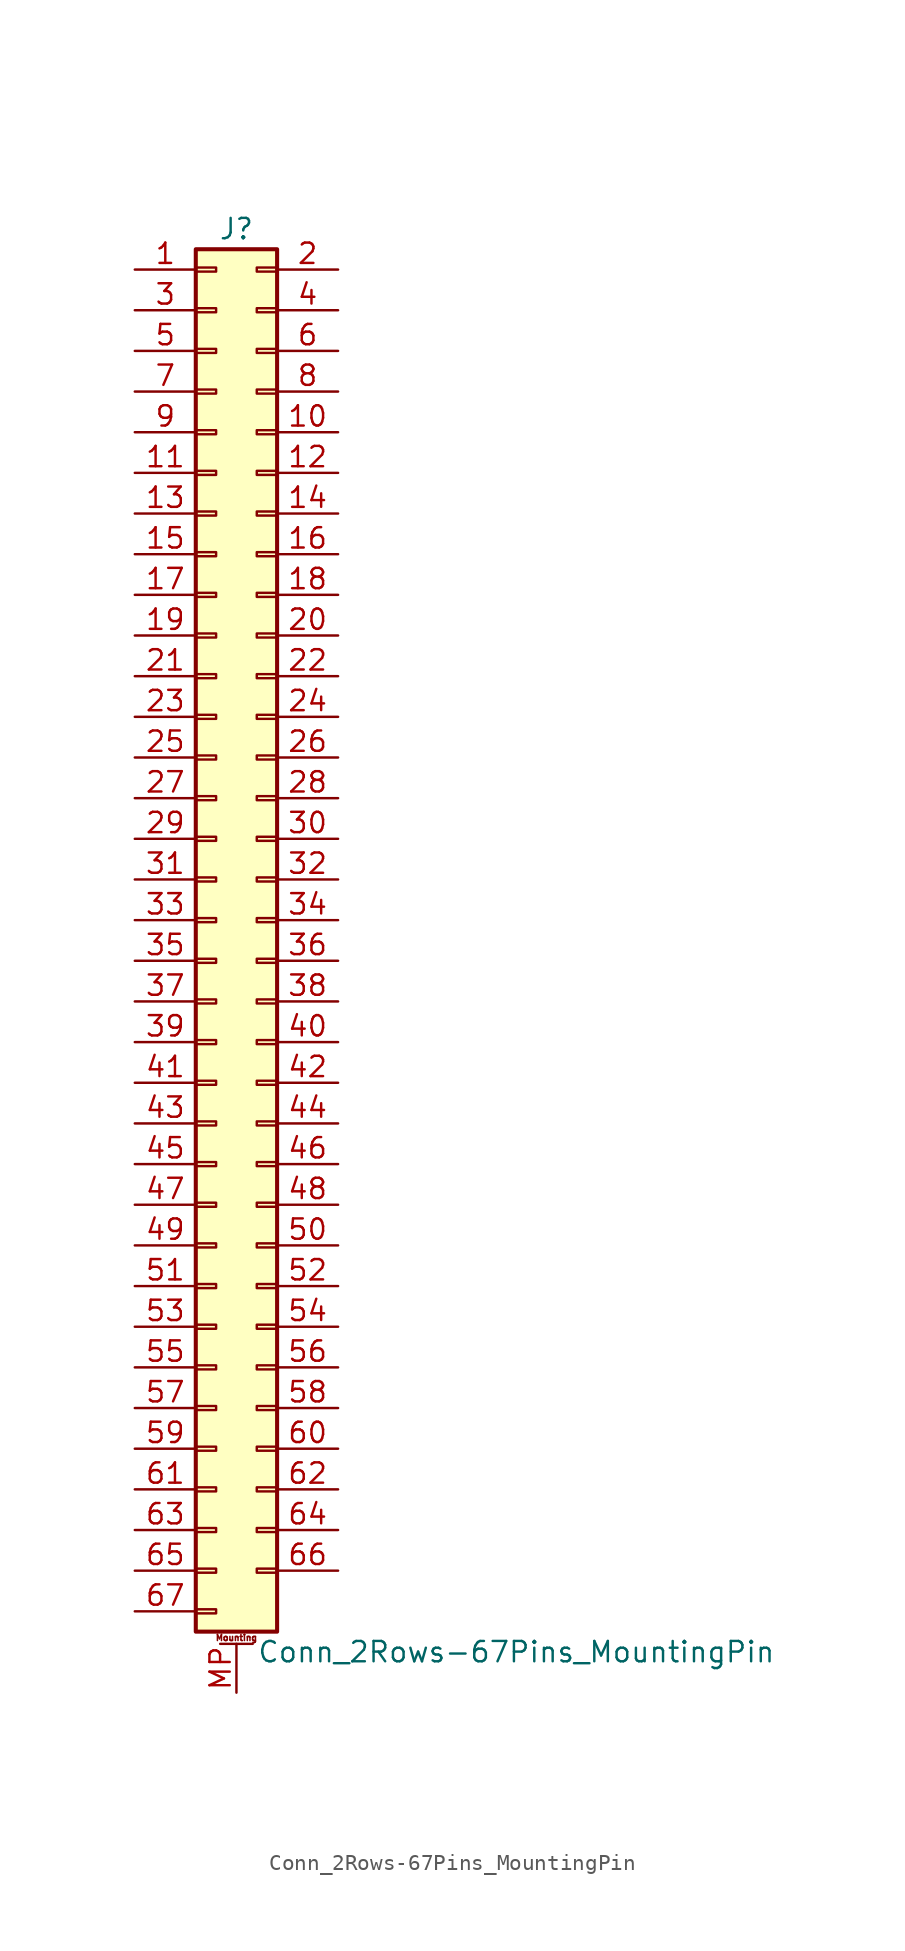
<source format=kicad_sym>
(kicad_symbol_lib
  (version 20201005)
  (generator kicad_symbol_editor)
  (symbol "Conn_2Rows-67Pins_MountingPin"
    (pin_names
      (offset 1.016) hide)
    (property "Reference" "J"
      (at 1.27 43.18 0)
      (effects (font (size 1.27 1.27))))
    (property "Value" "Conn_2Rows-67Pins_MountingPin"
      (at 2.54 -45.72 0)
      (effects (font (size 1.27 1.27)) (justify left)))
    (symbol "Conn_2Rows-67Pins_MountingPin_1_1"
      (text "Mounting" (at 1.27 -44.831 0) (effects (font (size 0.381 0.381))))
      (rectangle (start -1.27 -43.053) (end 0 -43.307) (stroke (width 0.152)) (fill (type none)))
      (rectangle (start -1.27 -40.513) (end 0 -40.767) (stroke (width 0.152)) (fill (type none)))
      (rectangle (start -1.27 -37.973) (end 0 -38.227) (stroke (width 0.152)) (fill (type none)))
      (rectangle (start -1.27 -35.433) (end 0 -35.687) (stroke (width 0.152)) (fill (type none)))
      (rectangle (start -1.27 -32.893) (end 0 -33.147) (stroke (width 0.152)) (fill (type none)))
      (rectangle (start -1.27 -30.353) (end 0 -30.607) (stroke (width 0.152)) (fill (type none)))
      (rectangle (start -1.27 -27.813) (end 0 -28.067) (stroke (width 0.152)) (fill (type none)))
      (rectangle (start -1.27 -25.273) (end 0 -25.527) (stroke (width 0.152)) (fill (type none)))
      (rectangle (start -1.27 -22.733) (end 0 -22.987) (stroke (width 0.152)) (fill (type none)))
      (rectangle (start -1.27 -20.193) (end 0 -20.447) (stroke (width 0.152)) (fill (type none)))
      (rectangle (start -1.27 -17.653) (end 0 -17.907) (stroke (width 0.152)) (fill (type none)))
      (rectangle (start -1.27 -15.113) (end 0 -15.367) (stroke (width 0.152)) (fill (type none)))
      (rectangle (start -1.27 -12.573) (end 0 -12.827) (stroke (width 0.152)) (fill (type none)))
      (rectangle (start -1.27 -10.033) (end 0 -10.287) (stroke (width 0.152)) (fill (type none)))
      (rectangle (start -1.27 -7.493) (end 0 -7.747) (stroke (width 0.152)) (fill (type none)))
      (rectangle (start -1.27 -4.953) (end 0 -5.207) (stroke (width 0.152)) (fill (type none)))
      (rectangle (start -1.27 -2.413) (end 0 -2.667) (stroke (width 0.152)) (fill (type none)))
      (rectangle (start -1.27 0.127) (end 0 -0.127) (stroke (width 0.152)) (fill (type none)))
      (rectangle (start -1.27 2.667) (end 0 2.413) (stroke (width 0.152)) (fill (type none)))
      (rectangle (start -1.27 5.207) (end 0 4.953) (stroke (width 0.152)) (fill (type none)))
      (rectangle (start -1.27 7.747) (end 0 7.493) (stroke (width 0.152)) (fill (type none)))
      (rectangle (start -1.27 10.287) (end 0 10.033) (stroke (width 0.152)) (fill (type none)))
      (rectangle (start -1.27 12.827) (end 0 12.573) (stroke (width 0.152)) (fill (type none)))
      (rectangle (start -1.27 15.367) (end 0 15.113) (stroke (width 0.152)) (fill (type none)))
      (rectangle (start -1.27 17.907) (end 0 17.653) (stroke (width 0.152)) (fill (type none)))
      (rectangle (start -1.27 20.447) (end 0 20.193) (stroke (width 0.152)) (fill (type none)))
      (rectangle (start -1.27 22.987) (end 0 22.733) (stroke (width 0.152)) (fill (type none)))
      (rectangle (start -1.27 25.527) (end 0 25.273) (stroke (width 0.152)) (fill (type none)))
      (rectangle (start -1.27 28.067) (end 0 27.813) (stroke (width 0.152)) (fill (type none)))
      (rectangle (start -1.27 30.607) (end 0 30.353) (stroke (width 0.152)) (fill (type none)))
      (rectangle (start -1.27 33.147) (end 0 32.893) (stroke (width 0.152)) (fill (type none)))
      (rectangle (start -1.27 35.687) (end 0 35.433) (stroke (width 0.152)) (fill (type none)))
      (rectangle (start -1.27 38.227) (end 0 37.973) (stroke (width 0.152)) (fill (type none)))
      (rectangle (start -1.27 40.767) (end 0 40.513) (stroke (width 0.152)) (fill (type none)))
      (rectangle (start -1.27 41.91) (end 3.81 -44.45) (stroke (width 0.254)) (fill (type background)))
      (rectangle (start 3.81 -40.513) (end 2.54 -40.767) (stroke (width 0.152)) (fill (type none)))
      (rectangle (start 3.81 -37.973) (end 2.54 -38.227) (stroke (width 0.152)) (fill (type none)))
      (rectangle (start 3.81 -35.433) (end 2.54 -35.687) (stroke (width 0.152)) (fill (type none)))
      (rectangle (start 3.81 -32.893) (end 2.54 -33.147) (stroke (width 0.152)) (fill (type none)))
      (rectangle (start 3.81 -30.353) (end 2.54 -30.607) (stroke (width 0.152)) (fill (type none)))
      (rectangle (start 3.81 -27.813) (end 2.54 -28.067) (stroke (width 0.152)) (fill (type none)))
      (rectangle (start 3.81 -25.273) (end 2.54 -25.527) (stroke (width 0.152)) (fill (type none)))
      (rectangle (start 3.81 -22.733) (end 2.54 -22.987) (stroke (width 0.152)) (fill (type none)))
      (rectangle (start 3.81 -20.193) (end 2.54 -20.447) (stroke (width 0.152)) (fill (type none)))
      (rectangle (start 3.81 -17.653) (end 2.54 -17.907) (stroke (width 0.152)) (fill (type none)))
      (rectangle (start 3.81 -15.113) (end 2.54 -15.367) (stroke (width 0.152)) (fill (type none)))
      (rectangle (start 3.81 -12.573) (end 2.54 -12.827) (stroke (width 0.152)) (fill (type none)))
      (rectangle (start 3.81 -10.033) (end 2.54 -10.287) (stroke (width 0.152)) (fill (type none)))
      (rectangle (start 3.81 -7.493) (end 2.54 -7.747) (stroke (width 0.152)) (fill (type none)))
      (rectangle (start 3.81 -4.953) (end 2.54 -5.207) (stroke (width 0.152)) (fill (type none)))
      (rectangle (start 3.81 -2.413) (end 2.54 -2.667) (stroke (width 0.152)) (fill (type none)))
      (rectangle (start 3.81 0.127) (end 2.54 -0.127) (stroke (width 0.152)) (fill (type none)))
      (rectangle (start 3.81 2.667) (end 2.54 2.413) (stroke (width 0.152)) (fill (type none)))
      (rectangle (start 3.81 5.207) (end 2.54 4.953) (stroke (width 0.152)) (fill (type none)))
      (rectangle (start 3.81 7.747) (end 2.54 7.493) (stroke (width 0.152)) (fill (type none)))
      (rectangle (start 3.81 10.287) (end 2.54 10.033) (stroke (width 0.152)) (fill (type none)))
      (rectangle (start 3.81 12.827) (end 2.54 12.573) (stroke (width 0.152)) (fill (type none)))
      (rectangle (start 3.81 15.367) (end 2.54 15.113) (stroke (width 0.152)) (fill (type none)))
      (rectangle (start 3.81 17.907) (end 2.54 17.653) (stroke (width 0.152)) (fill (type none)))
      (rectangle (start 3.81 20.447) (end 2.54 20.193) (stroke (width 0.152)) (fill (type none)))
      (rectangle (start 3.81 22.987) (end 2.54 22.733) (stroke (width 0.152)) (fill (type none)))
      (rectangle (start 3.81 25.527) (end 2.54 25.273) (stroke (width 0.152)) (fill (type none)))
      (rectangle (start 3.81 28.067) (end 2.54 27.813) (stroke (width 0.152)) (fill (type none)))
      (rectangle (start 3.81 30.607) (end 2.54 30.353) (stroke (width 0.152)) (fill (type none)))
      (rectangle (start 3.81 33.147) (end 2.54 32.893) (stroke (width 0.152)) (fill (type none)))
      (rectangle (start 3.81 35.687) (end 2.54 35.433) (stroke (width 0.152)) (fill (type none)))
      (rectangle (start 3.81 38.227) (end 2.54 37.973) (stroke (width 0.152)) (fill (type none)))
      (rectangle (start 3.81 40.767) (end 2.54 40.513) (stroke (width 0.152)) (fill (type none)))
      (polyline (pts (xy 0.254 -45.212) (xy 2.286 -45.212)) (stroke (width 0.152)) (fill (type none)))
      (pin passive line (at -5.08 40.64 0) (length 3.81) (name "Pin_1" (effects (font (size 1.27 1.27)))) (number "1" (effects (font (size 1.27 1.27)))))
      (pin passive line (at 7.62 30.48 180) (length 3.81) (name "Pin_10" (effects (font (size 1.27 1.27)))) (number "10" (effects (font (size 1.27 1.27)))))
      (pin passive line (at -5.08 27.94 0) (length 3.81) (name "Pin_11" (effects (font (size 1.27 1.27)))) (number "11" (effects (font (size 1.27 1.27)))))
      (pin passive line (at 7.62 27.94 180) (length 3.81) (name "Pin_12" (effects (font (size 1.27 1.27)))) (number "12" (effects (font (size 1.27 1.27)))))
      (pin passive line (at -5.08 25.4 0) (length 3.81) (name "Pin_13" (effects (font (size 1.27 1.27)))) (number "13" (effects (font (size 1.27 1.27)))))
      (pin passive line (at 7.62 25.4 180) (length 3.81) (name "Pin_14" (effects (font (size 1.27 1.27)))) (number "14" (effects (font (size 1.27 1.27)))))
      (pin passive line (at -5.08 22.86 0) (length 3.81) (name "Pin_15" (effects (font (size 1.27 1.27)))) (number "15" (effects (font (size 1.27 1.27)))))
      (pin passive line (at 7.62 22.86 180) (length 3.81) (name "Pin_16" (effects (font (size 1.27 1.27)))) (number "16" (effects (font (size 1.27 1.27)))))
      (pin passive line (at -5.08 20.32 0) (length 3.81) (name "Pin_17" (effects (font (size 1.27 1.27)))) (number "17" (effects (font (size 1.27 1.27)))))
      (pin passive line (at 7.62 20.32 180) (length 3.81) (name "Pin_18" (effects (font (size 1.27 1.27)))) (number "18" (effects (font (size 1.27 1.27)))))
      (pin passive line (at -5.08 17.78 0) (length 3.81) (name "Pin_19" (effects (font (size 1.27 1.27)))) (number "19" (effects (font (size 1.27 1.27)))))
      (pin passive line (at 7.62 40.64 180) (length 3.81) (name "Pin_2" (effects (font (size 1.27 1.27)))) (number "2" (effects (font (size 1.27 1.27)))))
      (pin passive line (at 7.62 17.78 180) (length 3.81) (name "Pin_20" (effects (font (size 1.27 1.27)))) (number "20" (effects (font (size 1.27 1.27)))))
      (pin passive line (at -5.08 15.24 0) (length 3.81) (name "Pin_21" (effects (font (size 1.27 1.27)))) (number "21" (effects (font (size 1.27 1.27)))))
      (pin passive line (at 7.62 15.24 180) (length 3.81) (name "Pin_22" (effects (font (size 1.27 1.27)))) (number "22" (effects (font (size 1.27 1.27)))))
      (pin passive line (at -5.08 12.7 0) (length 3.81) (name "Pin_23" (effects (font (size 1.27 1.27)))) (number "23" (effects (font (size 1.27 1.27)))))
      (pin passive line (at 7.62 12.7 180) (length 3.81) (name "Pin_24" (effects (font (size 1.27 1.27)))) (number "24" (effects (font (size 1.27 1.27)))))
      (pin passive line (at -5.08 10.16 0) (length 3.81) (name "Pin_25" (effects (font (size 1.27 1.27)))) (number "25" (effects (font (size 1.27 1.27)))))
      (pin passive line (at 7.62 10.16 180) (length 3.81) (name "Pin_26" (effects (font (size 1.27 1.27)))) (number "26" (effects (font (size 1.27 1.27)))))
      (pin passive line (at -5.08 7.62 0) (length 3.81) (name "Pin_27" (effects (font (size 1.27 1.27)))) (number "27" (effects (font (size 1.27 1.27)))))
      (pin passive line (at 7.62 7.62 180) (length 3.81) (name "Pin_28" (effects (font (size 1.27 1.27)))) (number "28" (effects (font (size 1.27 1.27)))))
      (pin passive line (at -5.08 5.08 0) (length 3.81) (name "Pin_29" (effects (font (size 1.27 1.27)))) (number "29" (effects (font (size 1.27 1.27)))))
      (pin passive line (at -5.08 38.1 0) (length 3.81) (name "Pin_3" (effects (font (size 1.27 1.27)))) (number "3" (effects (font (size 1.27 1.27)))))
      (pin passive line (at 7.62 5.08 180) (length 3.81) (name "Pin_30" (effects (font (size 1.27 1.27)))) (number "30" (effects (font (size 1.27 1.27)))))
      (pin passive line (at -5.08 2.54 0) (length 3.81) (name "Pin_31" (effects (font (size 1.27 1.27)))) (number "31" (effects (font (size 1.27 1.27)))))
      (pin passive line (at 7.62 2.54 180) (length 3.81) (name "Pin_32" (effects (font (size 1.27 1.27)))) (number "32" (effects (font (size 1.27 1.27)))))
      (pin passive line (at -5.08 0 0) (length 3.81) (name "Pin_33" (effects (font (size 1.27 1.27)))) (number "33" (effects (font (size 1.27 1.27)))))
      (pin passive line (at 7.62 0 180) (length 3.81) (name "Pin_34" (effects (font (size 1.27 1.27)))) (number "34" (effects (font (size 1.27 1.27)))))
      (pin passive line (at -5.08 -2.54 0) (length 3.81) (name "Pin_35" (effects (font (size 1.27 1.27)))) (number "35" (effects (font (size 1.27 1.27)))))
      (pin passive line (at 7.62 -2.54 180) (length 3.81) (name "Pin_36" (effects (font (size 1.27 1.27)))) (number "36" (effects (font (size 1.27 1.27)))))
      (pin passive line (at -5.08 -5.08 0) (length 3.81) (name "Pin_37" (effects (font (size 1.27 1.27)))) (number "37" (effects (font (size 1.27 1.27)))))
      (pin passive line (at 7.62 -5.08 180) (length 3.81) (name "Pin_38" (effects (font (size 1.27 1.27)))) (number "38" (effects (font (size 1.27 1.27)))))
      (pin passive line (at -5.08 -7.62 0) (length 3.81) (name "Pin_39" (effects (font (size 1.27 1.27)))) (number "39" (effects (font (size 1.27 1.27)))))
      (pin passive line (at 7.62 38.1 180) (length 3.81) (name "Pin_4" (effects (font (size 1.27 1.27)))) (number "4" (effects (font (size 1.27 1.27)))))
      (pin passive line (at 7.62 -7.62 180) (length 3.81) (name "Pin_40" (effects (font (size 1.27 1.27)))) (number "40" (effects (font (size 1.27 1.27)))))
      (pin passive line (at -5.08 -10.16 0) (length 3.81) (name "Pin_41" (effects (font (size 1.27 1.27)))) (number "41" (effects (font (size 1.27 1.27)))))
      (pin passive line (at 7.62 -10.16 180) (length 3.81) (name "Pin_42" (effects (font (size 1.27 1.27)))) (number "42" (effects (font (size 1.27 1.27)))))
      (pin passive line (at -5.08 -12.7 0) (length 3.81) (name "Pin_43" (effects (font (size 1.27 1.27)))) (number "43" (effects (font (size 1.27 1.27)))))
      (pin passive line (at 7.62 -12.7 180) (length 3.81) (name "Pin_44" (effects (font (size 1.27 1.27)))) (number "44" (effects (font (size 1.27 1.27)))))
      (pin passive line (at -5.08 -15.24 0) (length 3.81) (name "Pin_45" (effects (font (size 1.27 1.27)))) (number "45" (effects (font (size 1.27 1.27)))))
      (pin passive line (at 7.62 -15.24 180) (length 3.81) (name "Pin_46" (effects (font (size 1.27 1.27)))) (number "46" (effects (font (size 1.27 1.27)))))
      (pin passive line (at -5.08 -17.78 0) (length 3.81) (name "Pin_47" (effects (font (size 1.27 1.27)))) (number "47" (effects (font (size 1.27 1.27)))))
      (pin passive line (at 7.62 -17.78 180) (length 3.81) (name "Pin_48" (effects (font (size 1.27 1.27)))) (number "48" (effects (font (size 1.27 1.27)))))
      (pin passive line (at -5.08 -20.32 0) (length 3.81) (name "Pin_49" (effects (font (size 1.27 1.27)))) (number "49" (effects (font (size 1.27 1.27)))))
      (pin passive line (at -5.08 35.56 0) (length 3.81) (name "Pin_5" (effects (font (size 1.27 1.27)))) (number "5" (effects (font (size 1.27 1.27)))))
      (pin passive line (at 7.62 -20.32 180) (length 3.81) (name "Pin_50" (effects (font (size 1.27 1.27)))) (number "50" (effects (font (size 1.27 1.27)))))
      (pin passive line (at -5.08 -22.86 0) (length 3.81) (name "Pin_51" (effects (font (size 1.27 1.27)))) (number "51" (effects (font (size 1.27 1.27)))))
      (pin passive line (at 7.62 -22.86 180) (length 3.81) (name "Pin_52" (effects (font (size 1.27 1.27)))) (number "52" (effects (font (size 1.27 1.27)))))
      (pin passive line (at -5.08 -25.4 0) (length 3.81) (name "Pin_53" (effects (font (size 1.27 1.27)))) (number "53" (effects (font (size 1.27 1.27)))))
      (pin passive line (at 7.62 -25.4 180) (length 3.81) (name "Pin_54" (effects (font (size 1.27 1.27)))) (number "54" (effects (font (size 1.27 1.27)))))
      (pin passive line (at -5.08 -27.94 0) (length 3.81) (name "Pin_55" (effects (font (size 1.27 1.27)))) (number "55" (effects (font (size 1.27 1.27)))))
      (pin passive line (at 7.62 -27.94 180) (length 3.81) (name "Pin_56" (effects (font (size 1.27 1.27)))) (number "56" (effects (font (size 1.27 1.27)))))
      (pin passive line (at -5.08 -30.48 0) (length 3.81) (name "Pin_57" (effects (font (size 1.27 1.27)))) (number "57" (effects (font (size 1.27 1.27)))))
      (pin passive line (at 7.62 -30.48 180) (length 3.81) (name "Pin_58" (effects (font (size 1.27 1.27)))) (number "58" (effects (font (size 1.27 1.27)))))
      (pin passive line (at -5.08 -33.02 0) (length 3.81) (name "Pin_59" (effects (font (size 1.27 1.27)))) (number "59" (effects (font (size 1.27 1.27)))))
      (pin passive line (at 7.62 35.56 180) (length 3.81) (name "Pin_6" (effects (font (size 1.27 1.27)))) (number "6" (effects (font (size 1.27 1.27)))))
      (pin passive line (at 7.62 -33.02 180) (length 3.81) (name "Pin_60" (effects (font (size 1.27 1.27)))) (number "60" (effects (font (size 1.27 1.27)))))
      (pin passive line (at -5.08 -35.56 0) (length 3.81) (name "Pin_61" (effects (font (size 1.27 1.27)))) (number "61" (effects (font (size 1.27 1.27)))))
      (pin passive line (at 7.62 -35.56 180) (length 3.81) (name "Pin_62" (effects (font (size 1.27 1.27)))) (number "62" (effects (font (size 1.27 1.27)))))
      (pin passive line (at -5.08 -38.1 0) (length 3.81) (name "Pin_63" (effects (font (size 1.27 1.27)))) (number "63" (effects (font (size 1.27 1.27)))))
      (pin passive line (at 7.62 -38.1 180) (length 3.81) (name "Pin_64" (effects (font (size 1.27 1.27)))) (number "64" (effects (font (size 1.27 1.27)))))
      (pin passive line (at -5.08 -40.64 0) (length 3.81) (name "Pin_65" (effects (font (size 1.27 1.27)))) (number "65" (effects (font (size 1.27 1.27)))))
      (pin passive line (at 7.62 -40.64 180) (length 3.81) (name "Pin_66" (effects (font (size 1.27 1.27)))) (number "66" (effects (font (size 1.27 1.27)))))
      (pin passive line (at -5.08 -43.18 0) (length 3.81) (name "Pin_67" (effects (font (size 1.27 1.27)))) (number "67" (effects (font (size 1.27 1.27)))))
      (pin passive line (at -5.08 33.02 0) (length 3.81) (name "Pin_7" (effects (font (size 1.27 1.27)))) (number "7" (effects (font (size 1.27 1.27)))))
      (pin passive line (at 7.62 33.02 180) (length 3.81) (name "Pin_8" (effects (font (size 1.27 1.27)))) (number "8" (effects (font (size 1.27 1.27)))))
      (pin passive line (at -5.08 30.48 0) (length 3.81) (name "Pin_9" (effects (font (size 1.27 1.27)))) (number "9" (effects (font (size 1.27 1.27)))))
      (pin passive line (at 1.27 -48.26 90) (length 3.048) (name "MountPin" (effects (font (size 1.27 1.27)))) (number "MP" (effects (font (size 1.27 1.27))))))))
</source>
